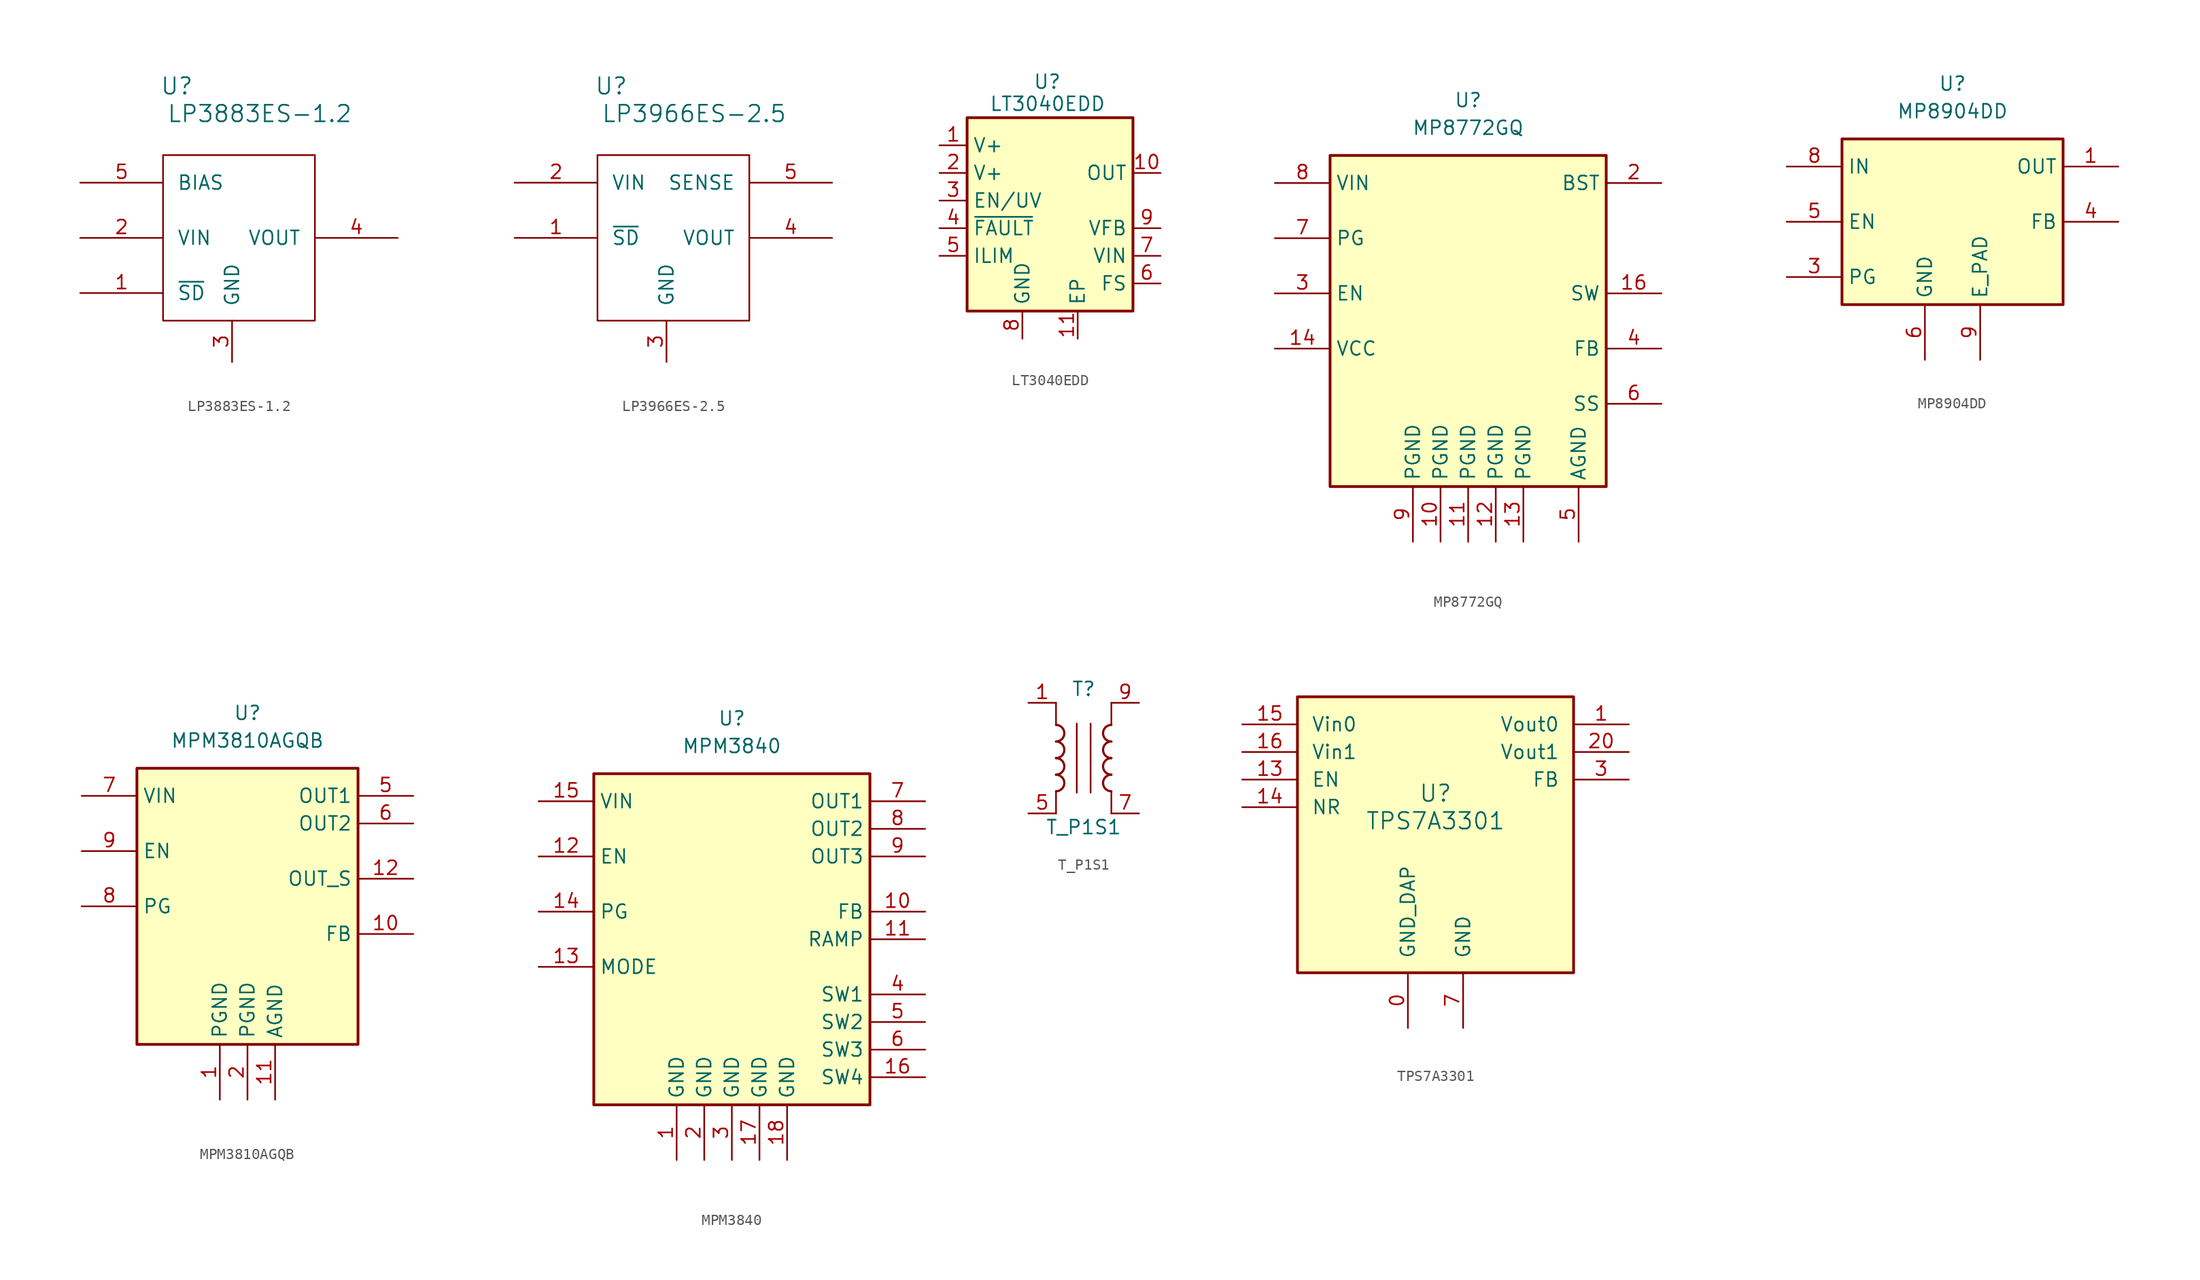
<source format=kicad_sym>
(kicad_symbol_lib
  (version 20231120)
  (generator "kicad_symbol_editor")
  (generator_version "8.0")
  (symbol "LP3883ES-1.2"
    (pin_names
      (offset 1.27))
    (property "Reference" "U"
      (at 8.89 8.89 0)
      (effects (font (size 1.524 1.524))))
    (property "Value" "LP3883ES-1.2"
      (at 16.51 6.35 0)
      (effects (font (size 1.524 1.524))))
    (property "Datasheet" ""
      (at 0 0 0)
      (effects (font (size 1.524 1.524))))
    (symbol "LP3883ES-1.2_0_1"
      (rectangle (start 7.62 2.54) (end 21.59 -12.7) (stroke (width 0) (type default)) (fill (type none))))
    (symbol "LP3883ES-1.2_1_1"
      (pin input line (at 0 -10.16 0) (length 7.62) (name "~{SD}" (effects (font (size 1.27 1.27)))) (number "1" (effects (font (size 1.27 1.27)))))
      (pin power_in line (at 0 -5.08 0) (length 7.62) (name "VIN" (effects (font (size 1.27 1.27)))) (number "2" (effects (font (size 1.27 1.27)))))
      (pin power_in line (at 13.97 -16.51 90) (length 3.81) (name "GND" (effects (font (size 1.27 1.27)))) (number "3" (effects (font (size 1.27 1.27)))))
      (pin power_out line (at 29.21 -5.08 180) (length 7.62) (name "VOUT" (effects (font (size 1.27 1.27)))) (number "4" (effects (font (size 1.27 1.27)))))
      (pin power_in line (at 0 0 0) (length 7.62) (name "BIAS" (effects (font (size 1.27 1.27)))) (number "5" (effects (font (size 1.27 1.27)))))))
  (symbol "LP3966ES-2.5"
    (pin_names
      (offset 1.27))
    (property "Reference" "U"
      (at 8.89 8.89 0)
      (effects (font (size 1.524 1.524))))
    (property "Value" "LP3966ES-2.5"
      (at 16.51 6.35 0)
      (effects (font (size 1.524 1.524))))
    (property "Datasheet" ""
      (at 0 0 0)
      (effects (font (size 1.524 1.524))))
    (symbol "LP3966ES-2.5_0_1"
      (rectangle (start 7.62 2.54) (end 21.59 -12.7) (stroke (width 0) (type default)) (fill (type none))))
    (symbol "LP3966ES-2.5_1_1"
      (pin input line (at 0 -5.08 0) (length 7.62) (name "~{SD}" (effects (font (size 1.27 1.27)))) (number "1" (effects (font (size 1.27 1.27)))))
      (pin power_in line (at 0 0 0) (length 7.62) (name "VIN" (effects (font (size 1.27 1.27)))) (number "2" (effects (font (size 1.27 1.27)))))
      (pin power_in line (at 13.97 -16.51 90) (length 3.81) (name "GND" (effects (font (size 1.27 1.27)))) (number "3" (effects (font (size 1.27 1.27)))))
      (pin power_out line (at 29.21 -5.08 180) (length 7.62) (name "VOUT" (effects (font (size 1.27 1.27)))) (number "4" (effects (font (size 1.27 1.27)))))
      (pin power_in line (at 29.21 0 180) (length 7.62) (name "SENSE" (effects (font (size 1.27 1.27)))) (number "5" (effects (font (size 1.27 1.27)))))))
  (symbol "LT3040EDD"
    (property "Reference" "U"
      (at -0.254 10.922 0)
      (effects (font (size 1.27 1.27))))
    (property "Value" "LT3040EDD"
      (at -5.588 8.89 0)
      (effects (font (size 1.27 1.27)) (justify left)))
    (symbol "LT3040EDD_0_1"
      (rectangle (start -7.62 7.62) (end 7.62 -10.16) (stroke (width 0.254) (type default)) (fill (type background))))
    (symbol "LT3040EDD_1_1"
      (pin power_in line (at -10.16 5.08 0) (length 2.54) (name "V+" (effects (font (size 1.27 1.27)))) (number "1" (effects (font (size 1.27 1.27)))))
      (pin power_out line (at 10.16 2.54 180) (length 2.54) (name "OUT" (effects (font (size 1.27 1.27)))) (number "10" (effects (font (size 1.27 1.27)))))
      (pin power_in line (at 2.54 -12.7 90) (length 2.54) (name "EP" (effects (font (size 1.27 1.27)))) (number "11" (effects (font (size 1.27 1.27)))))
      (pin power_in line (at -10.16 2.54 0) (length 2.54) (name "V+" (effects (font (size 1.27 1.27)))) (number "2" (effects (font (size 1.27 1.27)))))
      (pin input line (at -10.16 0 0) (length 2.54) (name "EN/UV" (effects (font (size 1.27 1.27)))) (number "3" (effects (font (size 1.27 1.27)))))
      (pin open_collector line (at -10.16 -2.54 0) (length 2.54) (name "~{FAULT}" (effects (font (size 1.27 1.27)))) (number "4" (effects (font (size 1.27 1.27)))))
      (pin passive line (at -10.16 -5.08 0) (length 2.54) (name "ILIM" (effects (font (size 1.27 1.27)))) (number "5" (effects (font (size 1.27 1.27)))))
      (pin passive line (at 10.16 -7.62 180) (length 2.54) (name "FS" (effects (font (size 1.27 1.27)))) (number "6" (effects (font (size 1.27 1.27)))))
      (pin input line (at 10.16 -5.08 180) (length 2.54) (name "VIN" (effects (font (size 1.27 1.27)))) (number "7" (effects (font (size 1.27 1.27)))))
      (pin power_in line (at -2.54 -12.7 90) (length 2.54) (name "GND" (effects (font (size 1.27 1.27)))) (number "8" (effects (font (size 1.27 1.27)))))
      (pin input line (at 10.16 -2.54 180) (length 2.54) (name "VFB" (effects (font (size 1.27 1.27)))) (number "9" (effects (font (size 1.27 1.27)))))))
  (symbol "MP8772GQ"
    (property "Reference" "U"
      (at 0 20.32 0)
      (effects (font (size 1.27 1.27))))
    (property "Value" "MP8772GQ"
      (at 0 17.78 0)
      (effects (font (size 1.27 1.27))))
    (symbol "MP8772GQ_0_1"
      (rectangle (start -12.7 15.24) (end 12.7 -15.24) (stroke (width 0.254) (type default)) (fill (type background))))
    (symbol "MP8772GQ_1_0"
      (pin power_in line (at 0 -20.32 90) (length 5.08) (name "PGND" (effects (font (size 1.27 1.27)))) (number "11" (effects (font (size 1.27 1.27)))))
      (pin power_in line (at 2.54 -20.32 90) (length 5.08) (name "PGND" (effects (font (size 1.27 1.27)))) (number "12" (effects (font (size 1.27 1.27)))))
      (pin power_in line (at 5.08 -20.32 90) (length 5.08) (name "PGND" (effects (font (size 1.27 1.27)))) (number "13" (effects (font (size 1.27 1.27)))))
      (pin passive line (at 17.78 2.54 180) (length 5.08) (name "SW" (effects (font (size 1.27 1.27)))) (number "16" (effects (font (size 1.27 1.27)))))
      (pin passive line (at 17.78 -2.54 180) (length 5.08) (name "FB" (effects (font (size 1.27 1.27)))) (number "4" (effects (font (size 1.27 1.27)))))
      (pin power_in line (at 10.16 -20.32 90) (length 5.08) (name "AGND" (effects (font (size 1.27 1.27)))) (number "5" (effects (font (size 1.27 1.27)))))
      (pin passive line (at 17.78 -7.62 180) (length 5.08) (name "SS" (effects (font (size 1.27 1.27)))) (number "6" (effects (font (size 1.27 1.27))))))
    (symbol "MP8772GQ_1_1"
      (pin no_connect line (at -12.7 -7.62 0) (length 2.54) hide (name "NC" (effects (font (size 1.27 1.27)))) (number "1" (effects (font (size 1.27 1.27)))))
      (pin power_in line (at -2.54 -20.32 90) (length 5.08) (name "PGND" (effects (font (size 1.27 1.27)))) (number "10" (effects (font (size 1.27 1.27)))))
      (pin power_out line (at -17.78 -2.54 0) (length 5.08) (name "VCC" (effects (font (size 1.27 1.27)))) (number "14" (effects (font (size 1.27 1.27)))))
      (pin no_connect line (at -12.7 -10.16 0) (length 2.54) hide (name "NC" (effects (font (size 1.27 1.27)))) (number "15" (effects (font (size 1.27 1.27)))))
      (pin power_out line (at 17.78 12.7 180) (length 5.08) (name "BST" (effects (font (size 1.27 1.27)))) (number "2" (effects (font (size 1.27 1.27)))))
      (pin input line (at -17.78 2.54 0) (length 5.08) (name "EN" (effects (font (size 1.27 1.27)))) (number "3" (effects (font (size 1.27 1.27)))))
      (pin open_collector line (at -17.78 7.62 0) (length 5.08) (name "PG" (effects (font (size 1.27 1.27)))) (number "7" (effects (font (size 1.27 1.27)))))
      (pin power_in line (at -17.78 12.7 0) (length 5.08) (name "VIN" (effects (font (size 1.27 1.27)))) (number "8" (effects (font (size 1.27 1.27)))))
      (pin power_in line (at -5.08 -20.32 90) (length 5.08) (name "PGND" (effects (font (size 1.27 1.27)))) (number "9" (effects (font (size 1.27 1.27)))))))
  (symbol "MP8904DD"
    (property "Reference" "U"
      (at 0 12.7 0)
      (effects (font (size 1.27 1.27))))
    (property "Value" "MP8904DD"
      (at 0 10.16 0)
      (effects (font (size 1.27 1.27))))
    (symbol "MP8904DD_0_1"
      (rectangle (start -10.16 7.62) (end 10.16 -7.62) (stroke (width 0.254) (type default)) (fill (type background))))
    (symbol "MP8904DD_1_1"
      (pin power_out line (at 15.24 5.08 180) (length 5.08) (name "OUT" (effects (font (size 1.27 1.27)))) (number "1" (effects (font (size 1.27 1.27)))))
      (pin no_connect line (at 10.16 -2.54 180) (length 2.54) hide (name "NC" (effects (font (size 1.27 1.27)))) (number "2" (effects (font (size 1.27 1.27)))))
      (pin open_collector line (at -15.24 -5.08 0) (length 5.08) (name "PG" (effects (font (size 1.27 1.27)))) (number "3" (effects (font (size 1.27 1.27)))))
      (pin passive line (at 15.24 0 180) (length 5.08) (name "FB" (effects (font (size 1.27 1.27)))) (number "4" (effects (font (size 1.27 1.27)))))
      (pin input line (at -15.24 0 0) (length 5.08) (name "EN" (effects (font (size 1.27 1.27)))) (number "5" (effects (font (size 1.27 1.27)))))
      (pin power_in line (at -2.54 -12.7 90) (length 5.08) (name "GND" (effects (font (size 1.27 1.27)))) (number "6" (effects (font (size 1.27 1.27)))))
      (pin no_connect line (at 10.16 -5.08 180) (length 2.54) hide (name "NC" (effects (font (size 1.27 1.27)))) (number "7" (effects (font (size 1.27 1.27)))))
      (pin power_in line (at -15.24 5.08 0) (length 5.08) (name "IN" (effects (font (size 1.27 1.27)))) (number "8" (effects (font (size 1.27 1.27)))))
      (pin power_in line (at 2.54 -12.7 90) (length 5.08) (name "E_PAD" (effects (font (size 1.27 1.27)))) (number "9" (effects (font (size 1.27 1.27)))))))
  (symbol "MPM3810AGQB"
    (property "Reference" "U"
      (at 0 17.78 0)
      (effects (font (size 1.27 1.27))))
    (property "Value" "MPM3810AGQB"
      (at 0 15.24 0)
      (effects (font (size 1.27 1.27))))
    (symbol "MPM3810AGQB_0_1"
      (rectangle (start -10.16 12.7) (end 10.16 -12.7) (stroke (width 0.254) (type default)) (fill (type background))))
    (symbol "MPM3810AGQB_1_0"
      (pin passive line (at 15.24 -2.54 180) (length 5.08) (name "FB" (effects (font (size 1.27 1.27)))) (number "10" (effects (font (size 1.27 1.27)))))
      (pin power_in line (at 2.54 -17.78 90) (length 5.08) (name "AGND" (effects (font (size 1.27 1.27)))) (number "11" (effects (font (size 1.27 1.27)))))
      (pin power_in line (at 15.24 2.54 180) (length 5.08) (name "OUT_S" (effects (font (size 1.27 1.27)))) (number "12" (effects (font (size 1.27 1.27))))))
    (symbol "MPM3810AGQB_1_1"
      (pin power_in line (at -2.54 -17.78 90) (length 5.08) (name "PGND" (effects (font (size 1.27 1.27)))) (number "1" (effects (font (size 1.27 1.27)))))
      (pin power_in line (at 0 -17.78 90) (length 5.08) (name "PGND" (effects (font (size 1.27 1.27)))) (number "2" (effects (font (size 1.27 1.27)))))
      (pin no_connect line (at -10.16 -5.08 0) (length 2.54) hide (name "NC" (effects (font (size 1.27 1.27)))) (number "3" (effects (font (size 1.27 1.27)))))
      (pin no_connect line (at -10.16 -7.62 0) (length 2.54) hide (name "NC" (effects (font (size 1.27 1.27)))) (number "4" (effects (font (size 1.27 1.27)))))
      (pin power_out line (at 15.24 10.16 180) (length 5.08) (name "OUT1" (effects (font (size 1.27 1.27)))) (number "5" (effects (font (size 1.27 1.27)))))
      (pin passive line (at 15.24 7.62 180) (length 5.08) (name "OUT2" (effects (font (size 1.27 1.27)))) (number "6" (effects (font (size 1.27 1.27)))))
      (pin power_in line (at -15.24 10.16 0) (length 5.08) (name "VIN" (effects (font (size 1.27 1.27)))) (number "7" (effects (font (size 1.27 1.27)))))
      (pin open_collector line (at -15.24 0 0) (length 5.08) (name "PG" (effects (font (size 1.27 1.27)))) (number "8" (effects (font (size 1.27 1.27)))))
      (pin input line (at -15.24 5.08 0) (length 5.08) (name "EN" (effects (font (size 1.27 1.27)))) (number "9" (effects (font (size 1.27 1.27)))))))
  (symbol "MPM3840"
    (property "Reference" "U"
      (at 0 20.32 0)
      (effects (font (size 1.27 1.27))))
    (property "Value" "MPM3840"
      (at 0 17.78 0)
      (effects (font (size 1.27 1.27))))
    (symbol "MPM3840_0_1"
      (rectangle (start -12.7 15.24) (end 12.7 -15.24) (stroke (width 0.254) (type default)) (fill (type background))))
    (symbol "MPM3840_1_0"
      (pin passive line (at 17.78 2.54 180) (length 5.08) (name "FB" (effects (font (size 1.27 1.27)))) (number "10" (effects (font (size 1.27 1.27)))))
      (pin passive line (at 17.78 0 180) (length 5.08) (name "RAMP" (effects (font (size 1.27 1.27)))) (number "11" (effects (font (size 1.27 1.27)))))
      (pin passive line (at 17.78 -12.7 180) (length 5.08) (name "SW4" (effects (font (size 1.27 1.27)))) (number "16" (effects (font (size 1.27 1.27)))))
      (pin power_in line (at 2.54 -20.32 90) (length 5.08) (name "GND" (effects (font (size 1.27 1.27)))) (number "17" (effects (font (size 1.27 1.27)))))
      (pin power_in line (at 5.08 -20.32 90) (length 5.08) (name "GND" (effects (font (size 1.27 1.27)))) (number "18" (effects (font (size 1.27 1.27)))))
      (pin power_in line (at 0 -20.32 90) (length 5.08) (name "GND" (effects (font (size 1.27 1.27)))) (number "3" (effects (font (size 1.27 1.27)))))
      (pin passive line (at 17.78 -5.08 180) (length 5.08) (name "SW1" (effects (font (size 1.27 1.27)))) (number "4" (effects (font (size 1.27 1.27)))))
      (pin passive line (at 17.78 -7.62 180) (length 5.08) (name "SW2" (effects (font (size 1.27 1.27)))) (number "5" (effects (font (size 1.27 1.27)))))
      (pin passive line (at 17.78 -10.16 180) (length 5.08) (name "SW3" (effects (font (size 1.27 1.27)))) (number "6" (effects (font (size 1.27 1.27))))))
    (symbol "MPM3840_1_1"
      (pin power_in line (at -5.08 -20.32 90) (length 5.08) (name "GND" (effects (font (size 1.27 1.27)))) (number "1" (effects (font (size 1.27 1.27)))))
      (pin input line (at -17.78 7.62 0) (length 5.08) (name "EN" (effects (font (size 1.27 1.27)))) (number "12" (effects (font (size 1.27 1.27)))))
      (pin input line (at -17.78 -2.54 0) (length 5.08) (name "MODE" (effects (font (size 1.27 1.27)))) (number "13" (effects (font (size 1.27 1.27)))))
      (pin open_collector line (at -17.78 2.54 0) (length 5.08) (name "PG" (effects (font (size 1.27 1.27)))) (number "14" (effects (font (size 1.27 1.27)))))
      (pin power_in line (at -17.78 12.7 0) (length 5.08) (name "VIN" (effects (font (size 1.27 1.27)))) (number "15" (effects (font (size 1.27 1.27)))))
      (pin no_connect line (at -12.7 -7.62 0) (length 2.54) hide (name "NC" (effects (font (size 1.27 1.27)))) (number "19" (effects (font (size 1.27 1.27)))))
      (pin power_in line (at -2.54 -20.32 90) (length 5.08) (name "GND" (effects (font (size 1.27 1.27)))) (number "2" (effects (font (size 1.27 1.27)))))
      (pin no_connect line (at -12.7 -10.16 0) (length 2.54) hide (name "NC" (effects (font (size 1.27 1.27)))) (number "20" (effects (font (size 1.27 1.27)))))
      (pin power_out line (at 17.78 12.7 180) (length 5.08) (name "OUT1" (effects (font (size 1.27 1.27)))) (number "7" (effects (font (size 1.27 1.27)))))
      (pin passive line (at 17.78 10.16 180) (length 5.08) (name "OUT2" (effects (font (size 1.27 1.27)))) (number "8" (effects (font (size 1.27 1.27)))))
      (pin passive line (at 17.78 7.62 180) (length 5.08) (name "OUT3" (effects (font (size 1.27 1.27)))) (number "9" (effects (font (size 1.27 1.27)))))))
  (symbol "T_P1S1"
    (pin_names hide)
    (property "Reference" "T"
      (at 0 6.35 0)
      (effects (font (size 1.27 1.27))))
    (property "Value" "T_P1S1"
      (at 0 -6.35 0)
      (effects (font (size 1.27 1.27))))
    (symbol "T_P1S1_0_1"
      (arc (start -2.54 -3.048) (mid -1.7813 -2.286) (end -2.54 -1.524) (stroke (width 0.2032) (type default)) (fill (type none)))
      (arc (start -2.54 -1.524) (mid -1.7813 -0.762) (end -2.54 0) (stroke (width 0.2032) (type default)) (fill (type none)))
      (arc (start -2.54 0) (mid -1.7813 0.762) (end -2.54 1.524) (stroke (width 0.2032) (type default)) (fill (type none)))
      (polyline (pts (xy -2.54 -3.048) (xy -2.54 -5.08)) (stroke (width 0) (type default)) (fill (type none)))
      (polyline (pts (xy -2.54 5.08) (xy -2.54 3.048)) (stroke (width 0) (type default)) (fill (type none)))
      (polyline (pts (xy -0.635 3.175) (xy -0.635 -3.175)) (stroke (width 0) (type default)) (fill (type none)))
      (polyline (pts (xy 0.635 3.175) (xy 0.635 -3.175)) (stroke (width 0) (type default)) (fill (type none)))
      (polyline (pts (xy 2.54 -3.048) (xy 2.54 -5.08)) (stroke (width 0) (type default)) (fill (type none)))
      (polyline (pts (xy 2.54 5.08) (xy 2.54 3.048)) (stroke (width 0) (type default)) (fill (type none)))
      (arc (start 2.54 -1.524) (mid 1.7813 -2.286) (end 2.54 -3.048) (stroke (width 0.2032) (type default)) (fill (type none)))
      (arc (start 2.54 0) (mid 1.7813 -0.762) (end 2.54 -1.524) (stroke (width 0.2032) (type default)) (fill (type none)))
      (arc (start 2.54 1.524) (mid 1.7813 0.762) (end 2.54 0) (stroke (width 0.2032) (type default)) (fill (type none)))
      (arc (start 2.54 3.048) (mid 1.7813 2.286) (end 2.54 1.524) (stroke (width 0.2032) (type default)) (fill (type none))))
    (symbol "T_P1S1_1_1"
      (arc (start -2.54 1.524) (mid -1.7813 2.286) (end -2.54 3.048) (stroke (width 0.2032) (type default)) (fill (type none)))
      (pin passive line (at -5.08 5.08 0) (length 2.54) (name "~" (effects (font (size 1.27 1.27)))) (number "1" (effects (font (size 1.27 1.27)))))
      (pin passive line (at -5.08 -5.08 0) (length 2.54) (name "~" (effects (font (size 1.27 1.27)))) (number "5" (effects (font (size 1.27 1.27)))))
      (pin passive line (at 5.08 -5.08 180) (length 2.54) (name "~" (effects (font (size 1.27 1.27)))) (number "7" (effects (font (size 1.27 1.27)))))
      (pin passive line (at 5.08 5.08 180) (length 2.54) (name "~" (effects (font (size 1.27 1.27)))) (number "9" (effects (font (size 1.27 1.27)))))))
  (symbol "TPS7A3301"
    (pin_names
      (offset 1.27))
    (property "Reference" "U"
      (at 0 3.81 0)
      (effects (font (size 1.524 1.524))))
    (property "Value" "TPS7A3301"
      (at 0 1.27 0)
      (effects (font (size 1.524 1.524))))
    (symbol "TPS7A3301_1_1"
      (rectangle (start -12.7 12.7) (end 12.7 -12.7) (stroke (width 0.254) (type default)) (fill (type background)))
      (pin power_in line (at -2.54 -17.78 90) (length 5.08) (name "GND_DAP" (effects (font (size 1.27 1.27)))) (number "0" (effects (font (size 1.27 1.27)))))
      (pin power_out line (at 17.78 10.16 180) (length 5.08) (name "Vout0" (effects (font (size 1.27 1.27)))) (number "1" (effects (font (size 1.27 1.27)))))
      (pin no_connect line (at 12.7 -5.08 180) (length 2.54) hide (name "NC6" (effects (font (size 1.27 1.27)))) (number "10" (effects (font (size 1.27 1.27)))))
      (pin no_connect line (at 12.7 -2.54 180) (length 2.54) hide (name "NC" (effects (font (size 1.27 1.27)))) (number "11" (effects (font (size 1.27 1.27)))))
      (pin no_connect line (at 2.54 12.7 270) (length 2.54) hide (name "NC" (effects (font (size 1.27 1.27)))) (number "12" (effects (font (size 1.27 1.27)))))
      (pin input line (at -17.78 5.08 0) (length 5.08) (name "EN" (effects (font (size 1.27 1.27)))) (number "13" (effects (font (size 1.27 1.27)))))
      (pin input line (at -17.78 2.54 0) (length 5.08) (name "NR" (effects (font (size 1.27 1.27)))) (number "14" (effects (font (size 1.27 1.27)))))
      (pin power_in line (at -17.78 10.16 0) (length 5.08) (name "Vin0" (effects (font (size 1.27 1.27)))) (number "15" (effects (font (size 1.27 1.27)))))
      (pin power_in line (at -17.78 7.62 0) (length 5.08) (name "Vin1" (effects (font (size 1.27 1.27)))) (number "16" (effects (font (size 1.27 1.27)))))
      (pin no_connect line (at 0 12.7 270) (length 2.54) hide (name "NC" (effects (font (size 1.27 1.27)))) (number "17" (effects (font (size 1.27 1.27)))))
      (pin no_connect line (at -2.54 12.7 270) (length 2.54) hide (name "NC" (effects (font (size 1.27 1.27)))) (number "18" (effects (font (size 1.27 1.27)))))
      (pin no_connect line (at -5.08 12.7 270) (length 2.54) hide (name "NC" (effects (font (size 1.27 1.27)))) (number "19" (effects (font (size 1.27 1.27)))))
      (pin no_connect line (at -12.7 -2.54 0) (length 2.54) hide (name "NC" (effects (font (size 1.27 1.27)))) (number "2" (effects (font (size 1.27 1.27)))))
      (pin passive line (at 17.78 7.62 180) (length 5.08) (name "Vout1" (effects (font (size 1.27 1.27)))) (number "20" (effects (font (size 1.27 1.27)))))
      (pin input line (at 17.78 5.08 180) (length 5.08) (name "FB" (effects (font (size 1.27 1.27)))) (number "3" (effects (font (size 1.27 1.27)))))
      (pin no_connect line (at -12.7 -5.08 0) (length 2.54) hide (name "NC" (effects (font (size 1.27 1.27)))) (number "4" (effects (font (size 1.27 1.27)))))
      (pin no_connect line (at -12.7 -7.62 0) (length 2.54) hide (name "NC" (effects (font (size 1.27 1.27)))) (number "5" (effects (font (size 1.27 1.27)))))
      (pin no_connect line (at -12.7 -10.16 0) (length 2.54) hide (name "NC" (effects (font (size 1.27 1.27)))) (number "6" (effects (font (size 1.27 1.27)))))
      (pin power_in line (at 2.54 -17.78 90) (length 5.08) (name "GND" (effects (font (size 1.27 1.27)))) (number "7" (effects (font (size 1.27 1.27)))))
      (pin no_connect line (at 12.7 -10.16 180) (length 2.54) hide (name "NC" (effects (font (size 1.27 1.27)))) (number "8" (effects (font (size 1.27 1.27)))))
      (pin no_connect line (at 12.7 -7.62 180) (length 2.54) hide (name "NC" (effects (font (size 1.27 1.27)))) (number "9" (effects (font (size 1.27 1.27))))))))
</source>
